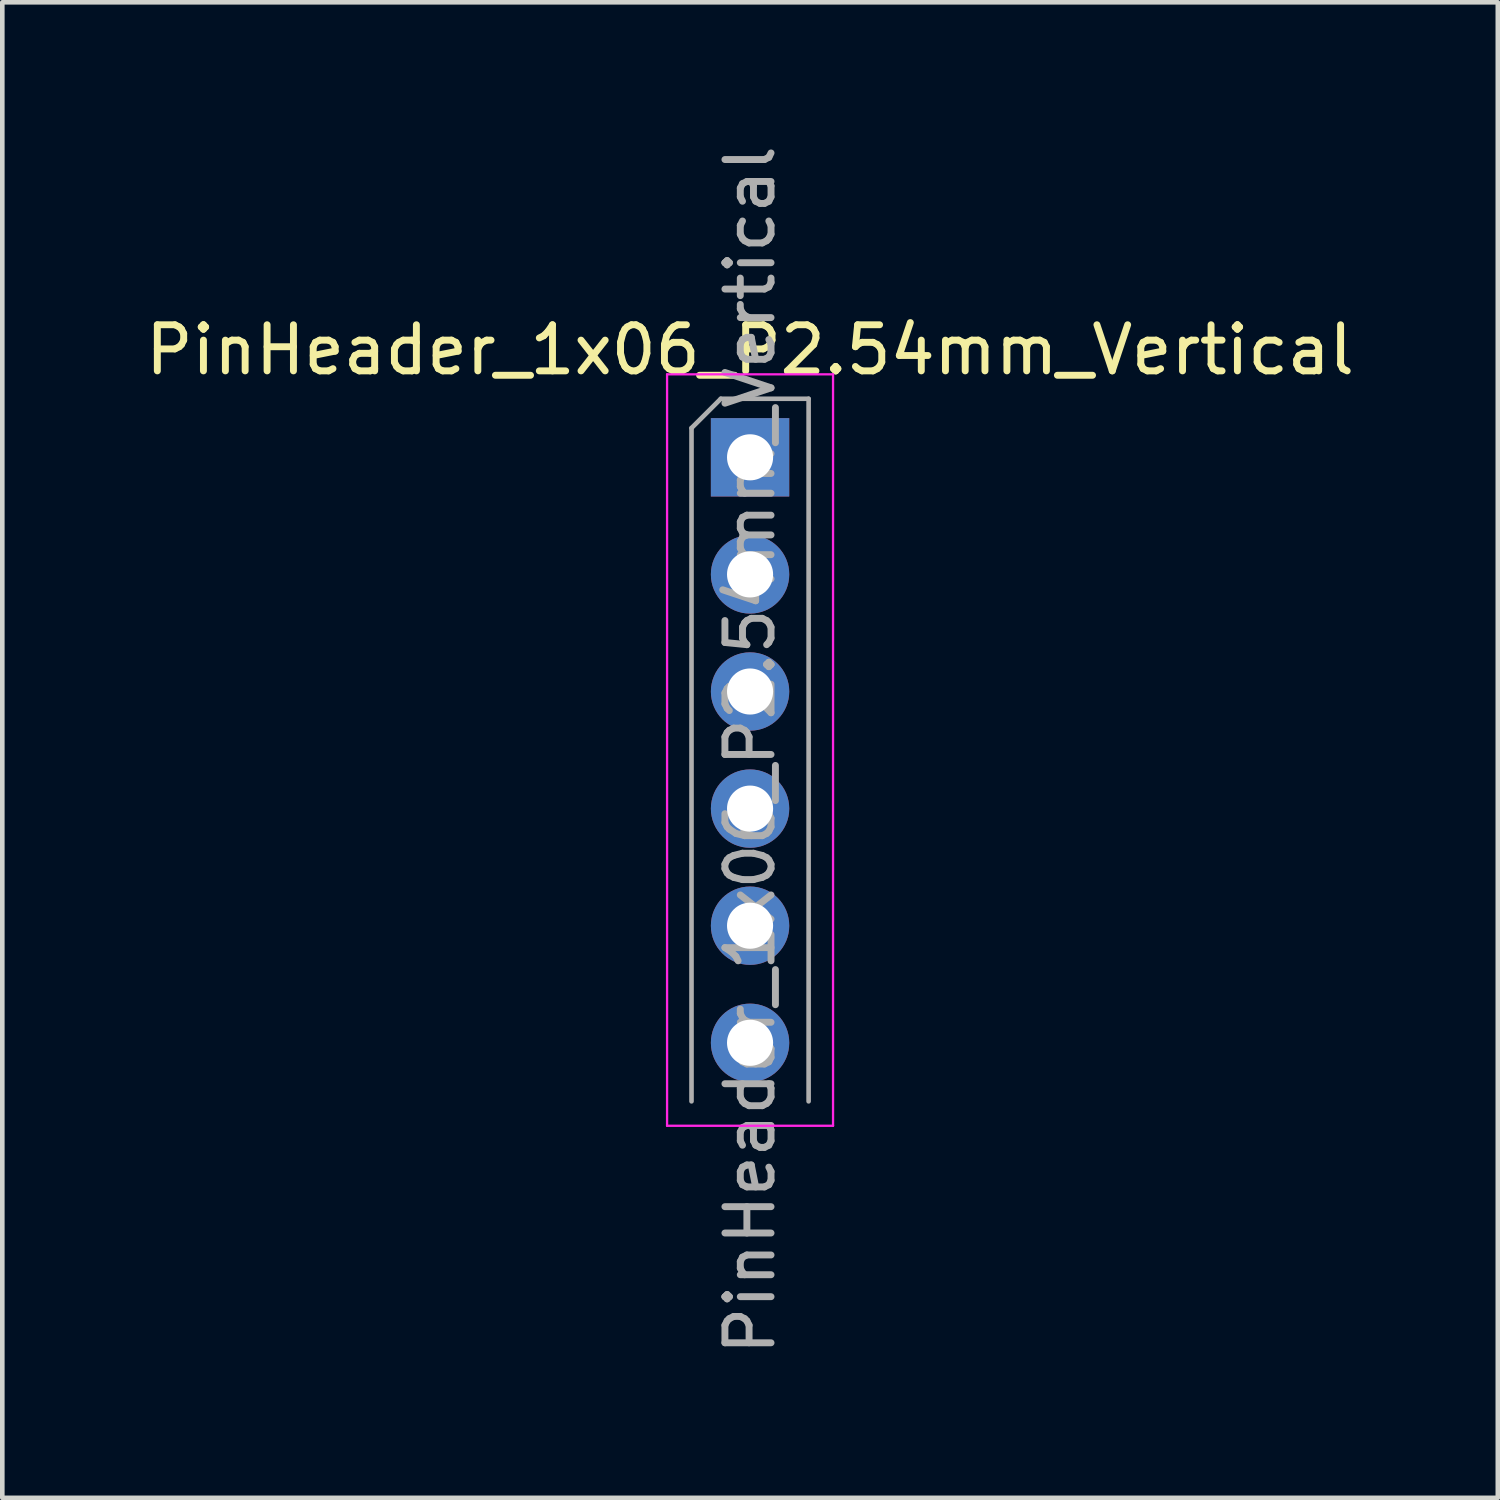
<source format=kicad_pcb>
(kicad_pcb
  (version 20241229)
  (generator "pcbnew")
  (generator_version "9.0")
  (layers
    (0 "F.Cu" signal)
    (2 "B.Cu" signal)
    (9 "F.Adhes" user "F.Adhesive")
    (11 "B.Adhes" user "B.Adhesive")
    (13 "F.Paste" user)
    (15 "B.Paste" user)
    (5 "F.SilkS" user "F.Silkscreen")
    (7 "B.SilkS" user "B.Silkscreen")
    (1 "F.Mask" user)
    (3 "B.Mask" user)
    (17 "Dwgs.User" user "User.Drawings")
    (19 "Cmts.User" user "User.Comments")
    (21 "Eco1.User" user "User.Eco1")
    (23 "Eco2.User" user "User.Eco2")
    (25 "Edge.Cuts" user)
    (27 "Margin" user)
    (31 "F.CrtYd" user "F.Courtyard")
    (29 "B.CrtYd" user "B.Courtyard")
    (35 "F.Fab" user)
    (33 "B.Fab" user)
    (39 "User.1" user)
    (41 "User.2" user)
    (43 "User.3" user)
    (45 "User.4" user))
  (footprint "PinHeader_1x06_P2.54mm_Vertical"
    (layer "F.Cu")
    (at 13.22 6.87)
    (property "Reference" "PinHeader_1x06_P2.54mm_Vertical" (at 0 -2.33 0) (layer "F.SilkS") (effects (font (size 1 1) (thickness 0.15))))
    (attr through_hole)
    (fp_line (start -1.8 -1.8) (end -1.8 14.5) (stroke (width 0.05) (type solid)) (layer "F.CrtYd"))
    (fp_line (start -1.8 14.5) (end 1.8 14.5) (stroke (width 0.05) (type solid)) (layer "F.CrtYd"))
    (fp_line (start 1.8 -1.8) (end -1.8 -1.8) (stroke (width 0.05) (type solid)) (layer "F.CrtYd"))
    (fp_line (start 1.8 14.5) (end 1.8 -1.8) (stroke (width 0.05) (type solid)) (layer "F.CrtYd"))
    (fp_line (start -1.27 -0.635) (end -0.635 -1.27) (stroke (width 0.1) (type solid)) (layer "F.Fab"))
    (fp_line (start -1.27 13.97) (end -1.27 -0.635) (stroke (width 0.1) (type solid)) (layer "F.Fab"))
    (fp_line (start -0.635 -1.27) (end 1.27 -1.27) (stroke (width 0.1) (type solid)) (layer "F.Fab"))
    (fp_line (start 1.27 -1.27) (end 1.27 13.97) (stroke (width 0.1) (type solid)) (layer "F.Fab"))
    (fp_text user "${REFERENCE}" (at 0 6.35 90) (layer "F.Fab") (effects (font (size 1 1) (thickness 0.15))))
    (pad "1" thru_hole rect (at 0 0) (size 1.7 1.7) (drill 1) (layers "*.Cu" "*.Mask"))
    (pad "2" thru_hole oval (at 0 2.54) (size 1.7 1.7) (drill 1) (layers "*.Cu" "*.Mask"))
    (pad "3" thru_hole oval (at 0 5.08) (size 1.7 1.7) (drill 1) (layers "*.Cu" "*.Mask"))
    (pad "4" thru_hole oval (at 0 7.62) (size 1.7 1.7) (drill 1) (layers "*.Cu" "*.Mask"))
    (pad "5" thru_hole oval (at 0 10.16) (size 1.7 1.7) (drill 1) (layers "*.Cu" "*.Mask"))
    (pad "6" thru_hole oval (at 0 12.7) (size 1.7 1.7) (drill 1) (layers "*.Cu" "*.Mask")))
  (gr_rect
    (start -3 -3)
    (end 29.44 29.44)
    (stroke (width 0.1) (type default))
    (fill no)
    (layer "Edge.Cuts")))
</source>
